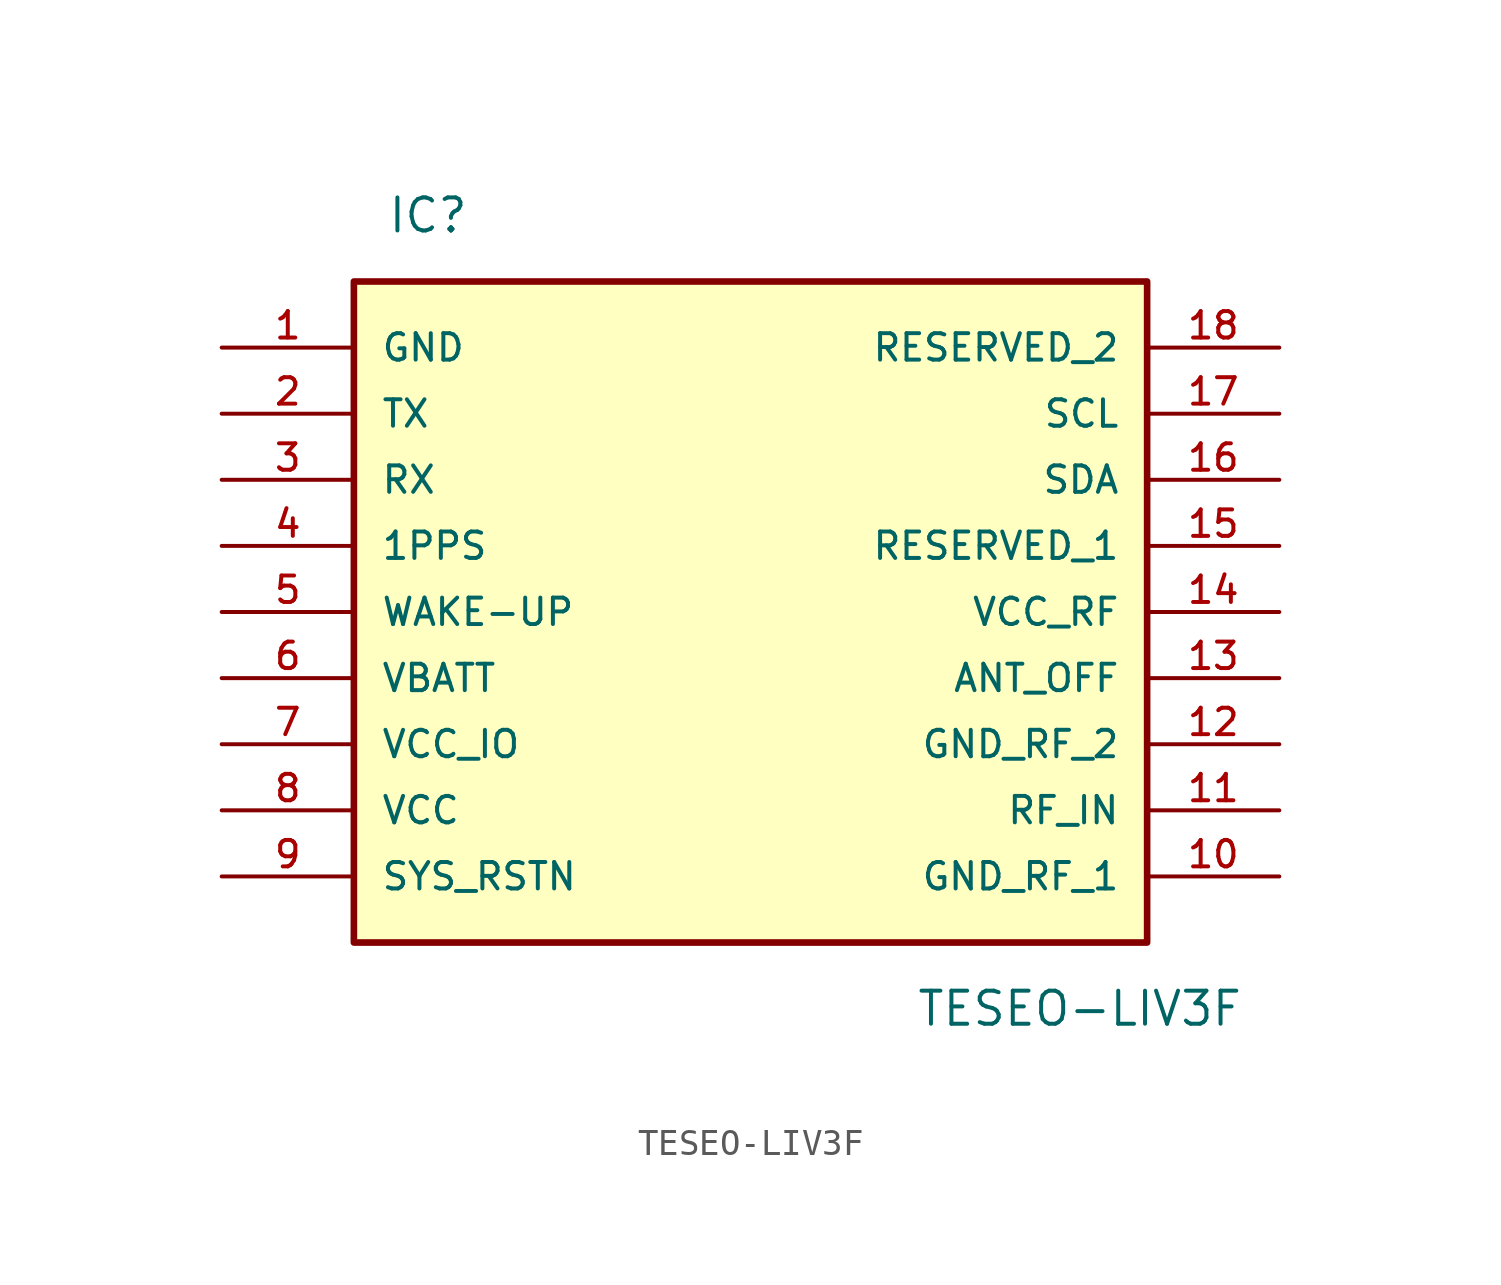
<source format=kicad_sym>
(kicad_symbol_lib
  (version 20211014)
  (generator kicad_symbol_editor)
  (symbol "TESEO-LIV3F"
    (pin_names
      (offset 1.016))
    (property "Reference" "IC"
      (at 6.35 5.08 0)
      (effects (font (size 1.27 1.27)) (justify left)))
    (property "Value" "TESEO-LIV3F"
      (at 26.67 -25.4 0)
      (effects (font (size 1.27 1.27)) (justify left)))
    (symbol "TESEO-LIV3F_0_0"
      (rectangle (start 5.08 -22.86) (end 35.56 2.54) (stroke (width 0.254)) (fill (type background)))
      (pin bidirectional line (at 0.0 0.0 0) (length 5.08) (name "GND" (effects (font (size 1.016 1.016)))) (number "1" (effects (font (size 1.016 1.016)))))
      (pin bidirectional line (at 0.0 -2.54 0) (length 5.08) (name "TX" (effects (font (size 1.016 1.016)))) (number "2" (effects (font (size 1.016 1.016)))))
      (pin bidirectional line (at 0.0 -5.08 0) (length 5.08) (name "RX" (effects (font (size 1.016 1.016)))) (number "3" (effects (font (size 1.016 1.016)))))
      (pin bidirectional line (at 0.0 -7.62 0) (length 5.08) (name "1PPS" (effects (font (size 1.016 1.016)))) (number "4" (effects (font (size 1.016 1.016)))))
      (pin bidirectional line (at 0.0 -10.16 0) (length 5.08) (name "WAKE-UP" (effects (font (size 1.016 1.016)))) (number "5" (effects (font (size 1.016 1.016)))))
      (pin bidirectional line (at 0.0 -12.7 0) (length 5.08) (name "VBATT" (effects (font (size 1.016 1.016)))) (number "6" (effects (font (size 1.016 1.016)))))
      (pin bidirectional line (at 0.0 -15.24 0) (length 5.08) (name "VCC_IO" (effects (font (size 1.016 1.016)))) (number "7" (effects (font (size 1.016 1.016)))))
      (pin bidirectional line (at 0.0 -17.78 0) (length 5.08) (name "VCC" (effects (font (size 1.016 1.016)))) (number "8" (effects (font (size 1.016 1.016)))))
      (pin bidirectional line (at 0.0 -20.32 0) (length 5.08) (name "SYS_RSTN" (effects (font (size 1.016 1.016)))) (number "9" (effects (font (size 1.016 1.016)))))
      (pin bidirectional line (at 40.64 0.0 180.0) (length 5.08) (name "RESERVED_2" (effects (font (size 1.016 1.016)))) (number "18" (effects (font (size 1.016 1.016)))))
      (pin bidirectional line (at 40.64 -2.54 180.0) (length 5.08) (name "SCL" (effects (font (size 1.016 1.016)))) (number "17" (effects (font (size 1.016 1.016)))))
      (pin bidirectional line (at 40.64 -5.08 180.0) (length 5.08) (name "SDA" (effects (font (size 1.016 1.016)))) (number "16" (effects (font (size 1.016 1.016)))))
      (pin bidirectional line (at 40.64 -7.62 180.0) (length 5.08) (name "RESERVED_1" (effects (font (size 1.016 1.016)))) (number "15" (effects (font (size 1.016 1.016)))))
      (pin bidirectional line (at 40.64 -10.16 180.0) (length 5.08) (name "VCC_RF" (effects (font (size 1.016 1.016)))) (number "14" (effects (font (size 1.016 1.016)))))
      (pin bidirectional line (at 40.64 -12.7 180.0) (length 5.08) (name "ANT_OFF" (effects (font (size 1.016 1.016)))) (number "13" (effects (font (size 1.016 1.016)))))
      (pin bidirectional line (at 40.64 -15.24 180.0) (length 5.08) (name "GND_RF_2" (effects (font (size 1.016 1.016)))) (number "12" (effects (font (size 1.016 1.016)))))
      (pin bidirectional line (at 40.64 -17.78 180.0) (length 5.08) (name "RF_IN" (effects (font (size 1.016 1.016)))) (number "11" (effects (font (size 1.016 1.016)))))
      (pin bidirectional line (at 40.64 -20.32 180.0) (length 5.08) (name "GND_RF_1" (effects (font (size 1.016 1.016)))) (number "10" (effects (font (size 1.016 1.016))))))))
</source>
